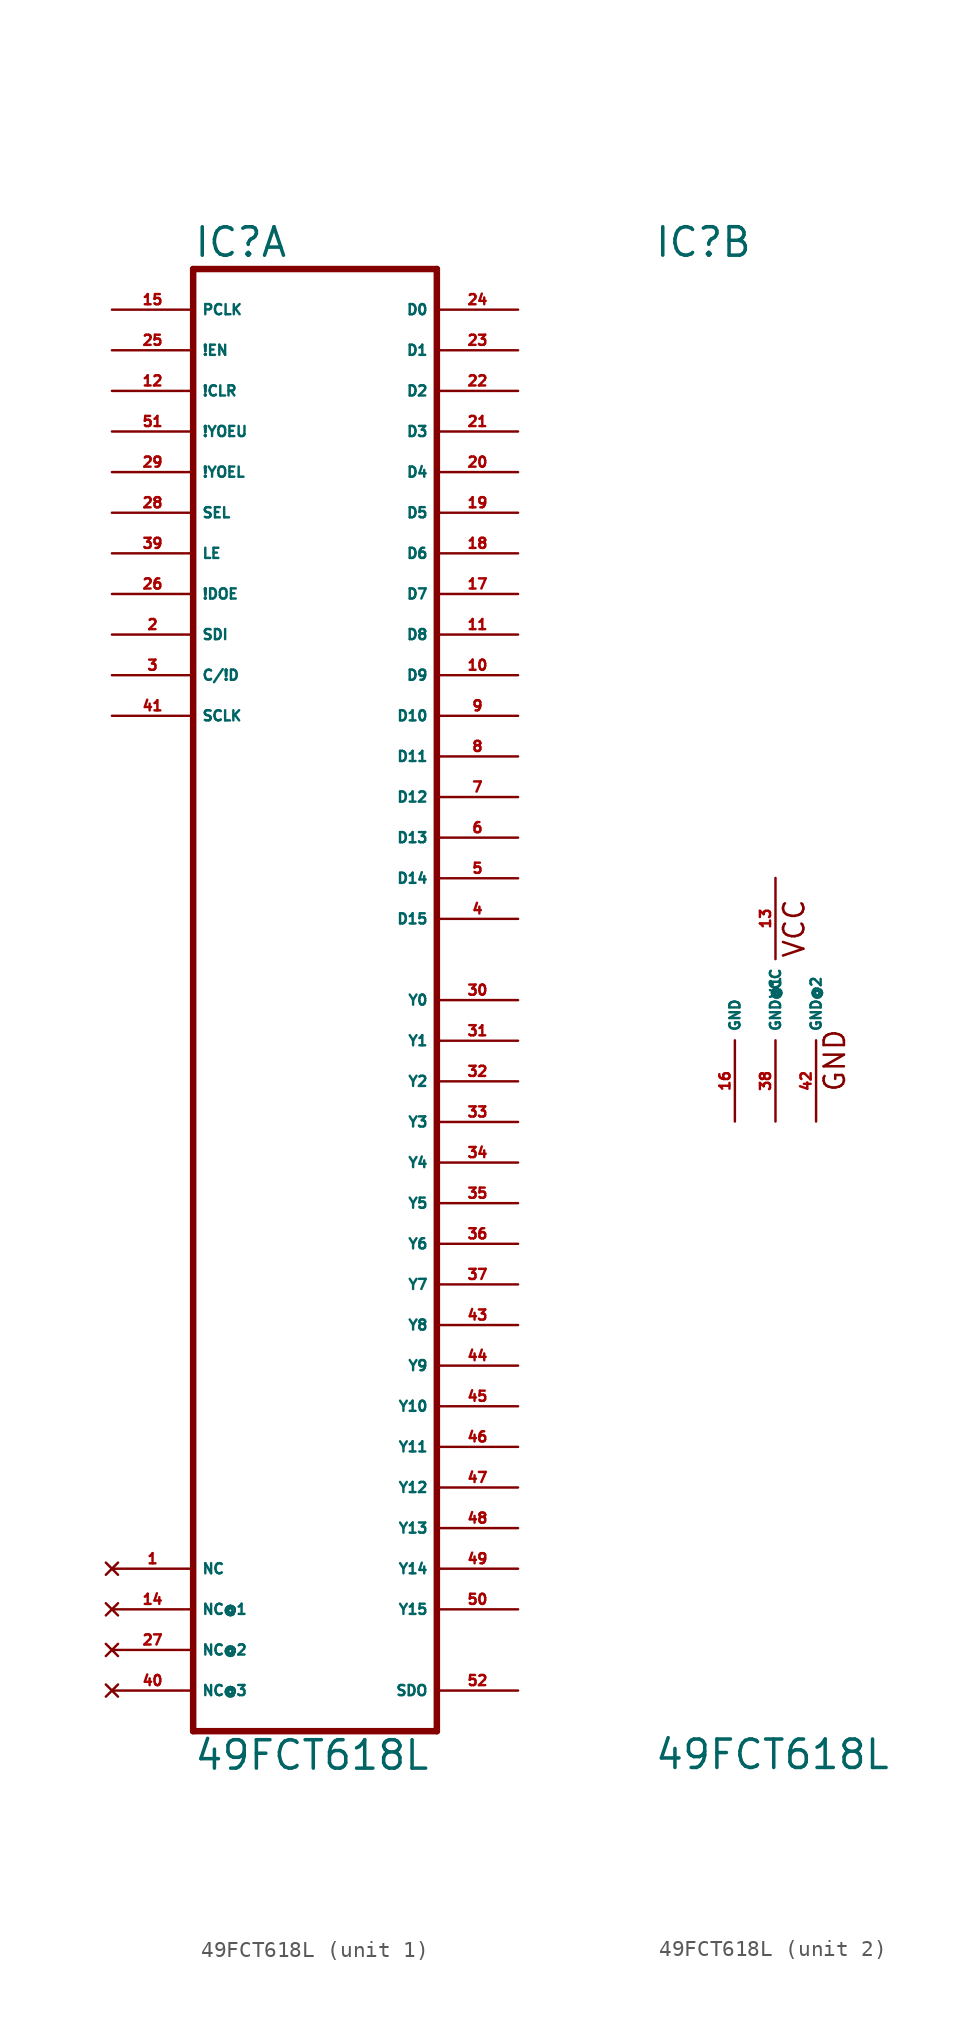
<source format=kicad_sym>
(kicad_symbol_lib
  (version 20220914)
  (generator Eagle2Kicad)
  (symbol "49FCT618L"
    (property "Reference" "IC"
      (at -7.62 46.355 0)
      (effects (font (size 1.778 1.778) (thickness 0.22)) (justify left bottom)))
    (property "Value" "49FCT618L"
      (at -7.62 -48.26 0)
      (effects (font (size 1.778 1.778) (thickness 0.22)) (justify left bottom)))
    (symbol "49FCT618L_1_0"
      (polyline (pts (xy -7.62 -45.72) (xy 7.62 -45.72)) (stroke (width 0.406) (type default)) (fill (type none)))
      (polyline (pts (xy 7.62 -45.72) (xy 7.62 45.72)) (stroke (width 0.406) (type default)) (fill (type none)))
      (polyline (pts (xy 7.62 45.72) (xy -7.62 45.72)) (stroke (width 0.406) (type default)) (fill (type none)))
      (polyline (pts (xy -7.62 45.72) (xy -7.62 -45.72)) (stroke (width 0.406) (type default)) (fill (type none)))
      (pin bidirectional line (at 12.7 43.18 180) (length 5.08) (name "D0" (effects (font (size 0.635 0.635) (thickness 0.08)) (justify left bottom))) (number "24" (effects (font (size 0.635 0.635) (thickness 0.08)) (justify left bottom))))
      (pin bidirectional line (at 12.7 40.64 180) (length 5.08) (name "D1" (effects (font (size 0.635 0.635) (thickness 0.08)) (justify left bottom))) (number "23" (effects (font (size 0.635 0.635) (thickness 0.08)) (justify left bottom))))
      (pin bidirectional line (at 12.7 38.1 180) (length 5.08) (name "D2" (effects (font (size 0.635 0.635) (thickness 0.08)) (justify left bottom))) (number "22" (effects (font (size 0.635 0.635) (thickness 0.08)) (justify left bottom))))
      (pin bidirectional line (at 12.7 35.56 180) (length 5.08) (name "D3" (effects (font (size 0.635 0.635) (thickness 0.08)) (justify left bottom))) (number "21" (effects (font (size 0.635 0.635) (thickness 0.08)) (justify left bottom))))
      (pin bidirectional line (at 12.7 33.02 180) (length 5.08) (name "D4" (effects (font (size 0.635 0.635) (thickness 0.08)) (justify left bottom))) (number "20" (effects (font (size 0.635 0.635) (thickness 0.08)) (justify left bottom))))
      (pin bidirectional line (at 12.7 30.48 180) (length 5.08) (name "D5" (effects (font (size 0.635 0.635) (thickness 0.08)) (justify left bottom))) (number "19" (effects (font (size 0.635 0.635) (thickness 0.08)) (justify left bottom))))
      (pin bidirectional line (at 12.7 27.94 180) (length 5.08) (name "D6" (effects (font (size 0.635 0.635) (thickness 0.08)) (justify left bottom))) (number "18" (effects (font (size 0.635 0.635) (thickness 0.08)) (justify left bottom))))
      (pin bidirectional line (at 12.7 25.4 180) (length 5.08) (name "D7" (effects (font (size 0.635 0.635) (thickness 0.08)) (justify left bottom))) (number "17" (effects (font (size 0.635 0.635) (thickness 0.08)) (justify left bottom))))
      (pin bidirectional line (at 12.7 22.86 180) (length 5.08) (name "D8" (effects (font (size 0.635 0.635) (thickness 0.08)) (justify left bottom))) (number "11" (effects (font (size 0.635 0.635) (thickness 0.08)) (justify left bottom))))
      (pin bidirectional line (at 12.7 20.32 180) (length 5.08) (name "D9" (effects (font (size 0.635 0.635) (thickness 0.08)) (justify left bottom))) (number "10" (effects (font (size 0.635 0.635) (thickness 0.08)) (justify left bottom))))
      (pin bidirectional line (at 12.7 17.78 180) (length 5.08) (name "D10" (effects (font (size 0.635 0.635) (thickness 0.08)) (justify left bottom))) (number "9" (effects (font (size 0.635 0.635) (thickness 0.08)) (justify left bottom))))
      (pin bidirectional line (at 12.7 15.24 180) (length 5.08) (name "D11" (effects (font (size 0.635 0.635) (thickness 0.08)) (justify left bottom))) (number "8" (effects (font (size 0.635 0.635) (thickness 0.08)) (justify left bottom))))
      (pin bidirectional line (at 12.7 12.7 180) (length 5.08) (name "D12" (effects (font (size 0.635 0.635) (thickness 0.08)) (justify left bottom))) (number "7" (effects (font (size 0.635 0.635) (thickness 0.08)) (justify left bottom))))
      (pin bidirectional line (at 12.7 10.16 180) (length 5.08) (name "D13" (effects (font (size 0.635 0.635) (thickness 0.08)) (justify left bottom))) (number "6" (effects (font (size 0.635 0.635) (thickness 0.08)) (justify left bottom))))
      (pin bidirectional line (at 12.7 7.62 180) (length 5.08) (name "D14" (effects (font (size 0.635 0.635) (thickness 0.08)) (justify left bottom))) (number "5" (effects (font (size 0.635 0.635) (thickness 0.08)) (justify left bottom))))
      (pin bidirectional line (at 12.7 5.08 180) (length 5.08) (name "D15" (effects (font (size 0.635 0.635) (thickness 0.08)) (justify left bottom))) (number "4" (effects (font (size 0.635 0.635) (thickness 0.08)) (justify left bottom))))
      (pin bidirectional line (at 12.7 0 180) (length 5.08) (name "Y0" (effects (font (size 0.635 0.635) (thickness 0.08)) (justify left bottom))) (number "30" (effects (font (size 0.635 0.635) (thickness 0.08)) (justify left bottom))))
      (pin bidirectional line (at 12.7 -2.54 180) (length 5.08) (name "Y1" (effects (font (size 0.635 0.635) (thickness 0.08)) (justify left bottom))) (number "31" (effects (font (size 0.635 0.635) (thickness 0.08)) (justify left bottom))))
      (pin bidirectional line (at 12.7 -5.08 180) (length 5.08) (name "Y2" (effects (font (size 0.635 0.635) (thickness 0.08)) (justify left bottom))) (number "32" (effects (font (size 0.635 0.635) (thickness 0.08)) (justify left bottom))))
      (pin bidirectional line (at 12.7 -7.62 180) (length 5.08) (name "Y3" (effects (font (size 0.635 0.635) (thickness 0.08)) (justify left bottom))) (number "33" (effects (font (size 0.635 0.635) (thickness 0.08)) (justify left bottom))))
      (pin bidirectional line (at 12.7 -10.16 180) (length 5.08) (name "Y4" (effects (font (size 0.635 0.635) (thickness 0.08)) (justify left bottom))) (number "34" (effects (font (size 0.635 0.635) (thickness 0.08)) (justify left bottom))))
      (pin bidirectional line (at 12.7 -12.7 180) (length 5.08) (name "Y5" (effects (font (size 0.635 0.635) (thickness 0.08)) (justify left bottom))) (number "35" (effects (font (size 0.635 0.635) (thickness 0.08)) (justify left bottom))))
      (pin bidirectional line (at 12.7 -15.24 180) (length 5.08) (name "Y6" (effects (font (size 0.635 0.635) (thickness 0.08)) (justify left bottom))) (number "36" (effects (font (size 0.635 0.635) (thickness 0.08)) (justify left bottom))))
      (pin bidirectional line (at 12.7 -17.78 180) (length 5.08) (name "Y7" (effects (font (size 0.635 0.635) (thickness 0.08)) (justify left bottom))) (number "37" (effects (font (size 0.635 0.635) (thickness 0.08)) (justify left bottom))))
      (pin bidirectional line (at 12.7 -20.32 180) (length 5.08) (name "Y8" (effects (font (size 0.635 0.635) (thickness 0.08)) (justify left bottom))) (number "43" (effects (font (size 0.635 0.635) (thickness 0.08)) (justify left bottom))))
      (pin bidirectional line (at 12.7 -22.86 180) (length 5.08) (name "Y9" (effects (font (size 0.635 0.635) (thickness 0.08)) (justify left bottom))) (number "44" (effects (font (size 0.635 0.635) (thickness 0.08)) (justify left bottom))))
      (pin bidirectional line (at 12.7 -25.4 180) (length 5.08) (name "Y10" (effects (font (size 0.635 0.635) (thickness 0.08)) (justify left bottom))) (number "45" (effects (font (size 0.635 0.635) (thickness 0.08)) (justify left bottom))))
      (pin bidirectional line (at 12.7 -27.94 180) (length 5.08) (name "Y11" (effects (font (size 0.635 0.635) (thickness 0.08)) (justify left bottom))) (number "46" (effects (font (size 0.635 0.635) (thickness 0.08)) (justify left bottom))))
      (pin bidirectional line (at 12.7 -30.48 180) (length 5.08) (name "Y12" (effects (font (size 0.635 0.635) (thickness 0.08)) (justify left bottom))) (number "47" (effects (font (size 0.635 0.635) (thickness 0.08)) (justify left bottom))))
      (pin bidirectional line (at 12.7 -33.02 180) (length 5.08) (name "Y13" (effects (font (size 0.635 0.635) (thickness 0.08)) (justify left bottom))) (number "48" (effects (font (size 0.635 0.635) (thickness 0.08)) (justify left bottom))))
      (pin bidirectional line (at 12.7 -35.56 180) (length 5.08) (name "Y14" (effects (font (size 0.635 0.635) (thickness 0.08)) (justify left bottom))) (number "49" (effects (font (size 0.635 0.635) (thickness 0.08)) (justify left bottom))))
      (pin bidirectional line (at 12.7 -38.1 180) (length 5.08) (name "Y15" (effects (font (size 0.635 0.635) (thickness 0.08)) (justify left bottom))) (number "50" (effects (font (size 0.635 0.635) (thickness 0.08)) (justify left bottom))))
      (pin output line (at 12.7 -43.18 180) (length 5.08) (name "SDO" (effects (font (size 0.635 0.635) (thickness 0.08)) (justify left bottom))) (number "52" (effects (font (size 0.635 0.635) (thickness 0.08)) (justify left bottom))))
      (pin input line (at -12.7 43.18 0) (length 5.08) (name "PCLK" (effects (font (size 0.635 0.635) (thickness 0.08)) (justify left bottom))) (number "15" (effects (font (size 0.635 0.635) (thickness 0.08)) (justify left bottom))))
      (pin input line (at -12.7 40.64 0) (length 5.08) (name "!EN" (effects (font (size 0.635 0.635) (thickness 0.08)) (justify left bottom))) (number "25" (effects (font (size 0.635 0.635) (thickness 0.08)) (justify left bottom))))
      (pin input line (at -12.7 38.1 0) (length 5.08) (name "!CLR" (effects (font (size 0.635 0.635) (thickness 0.08)) (justify left bottom))) (number "12" (effects (font (size 0.635 0.635) (thickness 0.08)) (justify left bottom))))
      (pin input line (at -12.7 35.56 0) (length 5.08) (name "!YOEU" (effects (font (size 0.635 0.635) (thickness 0.08)) (justify left bottom))) (number "51" (effects (font (size 0.635 0.635) (thickness 0.08)) (justify left bottom))))
      (pin input line (at -12.7 33.02 0) (length 5.08) (name "!YOEL" (effects (font (size 0.635 0.635) (thickness 0.08)) (justify left bottom))) (number "29" (effects (font (size 0.635 0.635) (thickness 0.08)) (justify left bottom))))
      (pin input line (at -12.7 30.48 0) (length 5.08) (name "SEL" (effects (font (size 0.635 0.635) (thickness 0.08)) (justify left bottom))) (number "28" (effects (font (size 0.635 0.635) (thickness 0.08)) (justify left bottom))))
      (pin input line (at -12.7 27.94 0) (length 5.08) (name "LE" (effects (font (size 0.635 0.635) (thickness 0.08)) (justify left bottom))) (number "39" (effects (font (size 0.635 0.635) (thickness 0.08)) (justify left bottom))))
      (pin input line (at -12.7 25.4 0) (length 5.08) (name "!DOE" (effects (font (size 0.635 0.635) (thickness 0.08)) (justify left bottom))) (number "26" (effects (font (size 0.635 0.635) (thickness 0.08)) (justify left bottom))))
      (pin input line (at -12.7 22.86 0) (length 5.08) (name "SDI" (effects (font (size 0.635 0.635) (thickness 0.08)) (justify left bottom))) (number "2" (effects (font (size 0.635 0.635) (thickness 0.08)) (justify left bottom))))
      (pin input line (at -12.7 20.32 0) (length 5.08) (name "C/!D" (effects (font (size 0.635 0.635) (thickness 0.08)) (justify left bottom))) (number "3" (effects (font (size 0.635 0.635) (thickness 0.08)) (justify left bottom))))
      (pin input line (at -12.7 17.78 0) (length 5.08) (name "SCLK" (effects (font (size 0.635 0.635) (thickness 0.08)) (justify left bottom))) (number "41" (effects (font (size 0.635 0.635) (thickness 0.08)) (justify left bottom))))
      (pin no_connect line (at -12.7 -43.18 0) (length 5.08) (name "NC@3" (effects (font (size 0.635 0.635) (thickness 0.08)) (justify left bottom) hide)) (number "40" (effects (font (size 0.635 0.635) (thickness 0.08)) (justify left bottom) hide)))
      (pin no_connect line (at -12.7 -40.64 0) (length 5.08) (name "NC@2" (effects (font (size 0.635 0.635) (thickness 0.08)) (justify left bottom) hide)) (number "27" (effects (font (size 0.635 0.635) (thickness 0.08)) (justify left bottom) hide)))
      (pin no_connect line (at -12.7 -38.1 0) (length 5.08) (name "NC@1" (effects (font (size 0.635 0.635) (thickness 0.08)) (justify left bottom) hide)) (number "14" (effects (font (size 0.635 0.635) (thickness 0.08)) (justify left bottom) hide)))
      (pin no_connect line (at -12.7 -35.56 0) (length 5.08) (name "NC" (effects (font (size 0.635 0.635) (thickness 0.08)) (justify left bottom) hide)) (number "1" (effects (font (size 0.635 0.635) (thickness 0.08)) (justify left bottom) hide))))
    (symbol "49FCT618L_2_0"
      (text "GND" (at 4.445 -5.842 900) (effects (font (size 1.27 1.27) (thickness 0.16)) (justify left bottom)))
      (text "VCC" (at 1.905 2.54 900) (effects (font (size 1.27 1.27) (thickness 0.16)) (justify left bottom)))
      (pin unspecified line (at 0 7.62 270) (length 5.08) (name "VCC" (effects (font (size 0.635 0.635) (thickness 0.08)) (justify left bottom))) (number "13" (effects (font (size 0.635 0.635) (thickness 0.08)) (justify left bottom))))
      (pin unspecified line (at -2.54 -7.62 90) (length 5.08) (name "GND" (effects (font (size 0.635 0.635) (thickness 0.08)) (justify left bottom))) (number "16" (effects (font (size 0.635 0.635) (thickness 0.08)) (justify left bottom))))
      (pin unspecified line (at 0 -7.62 90) (length 5.08) (name "GND@1" (effects (font (size 0.635 0.635) (thickness 0.08)) (justify left bottom))) (number "38" (effects (font (size 0.635 0.635) (thickness 0.08)) (justify left bottom))))
      (pin unspecified line (at 2.54 -7.62 90) (length 5.08) (name "GND@2" (effects (font (size 0.635 0.635) (thickness 0.08)) (justify left bottom))) (number "42" (effects (font (size 0.635 0.635) (thickness 0.08)) (justify left bottom)))))))
</source>
